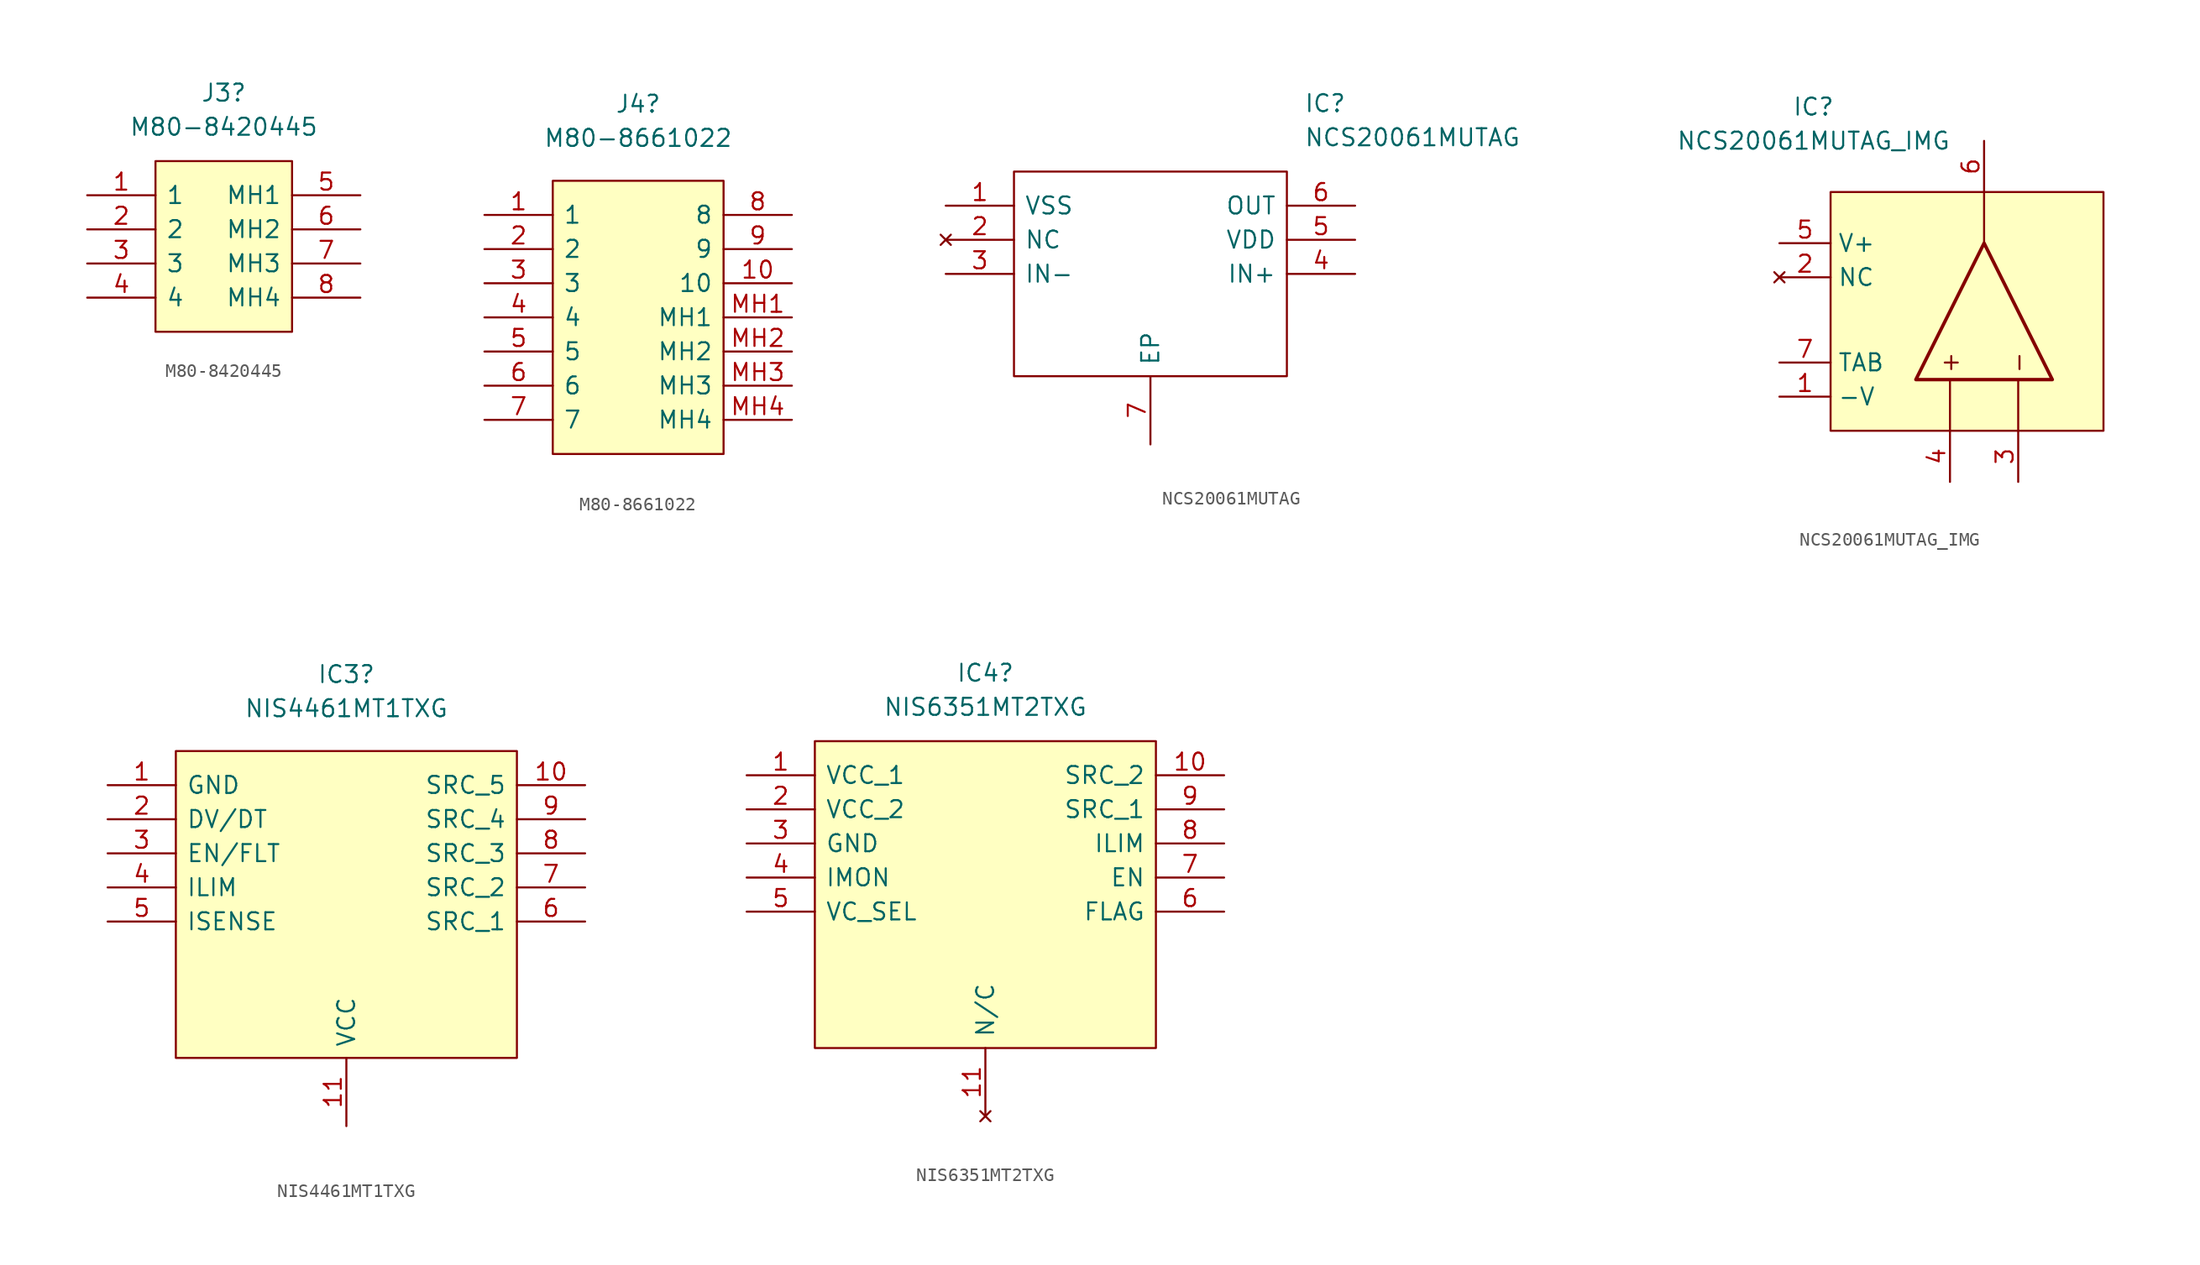
<source format=kicad_sym>
(kicad_symbol_lib
  (version 20211014)
  (generator kicad_symbol_editor)
  (symbol "M80-8420445"
    (pin_names
      (offset 0.762))
    (property "Reference" "J3"
      (at 10.16 7.62 0)
      (effects (font (size 1.27 1.27))))
    (property "Value" "M80-8420445"
      (at 10.16 5.08 0)
      (effects (font (size 1.27 1.27))))
    (symbol "M80-8420445_0_0"
      (pin passive line (at 0 0 0) (length 5.08) (name "1" (effects (font (size 1.27 1.27)))) (number "1" (effects (font (size 1.27 1.27)))))
      (pin passive line (at 0 -2.54 0) (length 5.08) (name "2" (effects (font (size 1.27 1.27)))) (number "2" (effects (font (size 1.27 1.27)))))
      (pin passive line (at 0 -5.08 0) (length 5.08) (name "3" (effects (font (size 1.27 1.27)))) (number "3" (effects (font (size 1.27 1.27)))))
      (pin passive line (at 0 -7.62 0) (length 5.08) (name "4" (effects (font (size 1.27 1.27)))) (number "4" (effects (font (size 1.27 1.27)))))
      (pin passive line (at 20.32 0 180) (length 5.08) (name "MH1" (effects (font (size 1.27 1.27)))) (number "5" (effects (font (size 1.27 1.27)))))
      (pin passive line (at 20.32 -2.54 180) (length 5.08) (name "MH2" (effects (font (size 1.27 1.27)))) (number "6" (effects (font (size 1.27 1.27)))))
      (pin passive line (at 20.32 -5.08 180) (length 5.08) (name "MH3" (effects (font (size 1.27 1.27)))) (number "7" (effects (font (size 1.27 1.27)))))
      (pin passive line (at 20.32 -7.62 180) (length 5.08) (name "MH4" (effects (font (size 1.27 1.27)))) (number "8" (effects (font (size 1.27 1.27))))))
    (symbol "M80-8420445_0_1"
      (polyline (pts (xy 5.08 2.54) (xy 15.24 2.54) (xy 15.24 -10.16) (xy 5.08 -10.16) (xy 5.08 2.54)) (stroke (width 0.152) (type default) (color 0 0 0 0)) (fill (type background)))))
  (symbol "M80-8661022"
    (pin_names
      (offset 0.762))
    (property "Reference" "J4"
      (at 11.43 8.255 0)
      (effects (font (size 1.27 1.27))))
    (property "Value" "M80-8661022"
      (at 11.43 5.715 0)
      (effects (font (size 1.27 1.27))))
    (symbol "M80-8661022_0_0"
      (pin passive line (at 0 0 0) (length 5.08) (name "1" (effects (font (size 1.27 1.27)))) (number "1" (effects (font (size 1.27 1.27)))))
      (pin passive line (at 22.86 -5.08 180) (length 5.08) (name "10" (effects (font (size 1.27 1.27)))) (number "10" (effects (font (size 1.27 1.27)))))
      (pin passive line (at 0 -2.54 0) (length 5.08) (name "2" (effects (font (size 1.27 1.27)))) (number "2" (effects (font (size 1.27 1.27)))))
      (pin passive line (at 0 -5.08 0) (length 5.08) (name "3" (effects (font (size 1.27 1.27)))) (number "3" (effects (font (size 1.27 1.27)))))
      (pin passive line (at 0 -7.62 0) (length 5.08) (name "4" (effects (font (size 1.27 1.27)))) (number "4" (effects (font (size 1.27 1.27)))))
      (pin passive line (at 0 -10.16 0) (length 5.08) (name "5" (effects (font (size 1.27 1.27)))) (number "5" (effects (font (size 1.27 1.27)))))
      (pin passive line (at 0 -12.7 0) (length 5.08) (name "6" (effects (font (size 1.27 1.27)))) (number "6" (effects (font (size 1.27 1.27)))))
      (pin passive line (at 0 -15.24 0) (length 5.08) (name "7" (effects (font (size 1.27 1.27)))) (number "7" (effects (font (size 1.27 1.27)))))
      (pin passive line (at 22.86 0 180) (length 5.08) (name "8" (effects (font (size 1.27 1.27)))) (number "8" (effects (font (size 1.27 1.27)))))
      (pin passive line (at 22.86 -2.54 180) (length 5.08) (name "9" (effects (font (size 1.27 1.27)))) (number "9" (effects (font (size 1.27 1.27)))))
      (pin passive line (at 22.86 -7.62 180) (length 5.08) (name "MH1" (effects (font (size 1.27 1.27)))) (number "MH1" (effects (font (size 1.27 1.27)))))
      (pin passive line (at 22.86 -10.16 180) (length 5.08) (name "MH2" (effects (font (size 1.27 1.27)))) (number "MH2" (effects (font (size 1.27 1.27)))))
      (pin passive line (at 22.86 -12.7 180) (length 5.08) (name "MH3" (effects (font (size 1.27 1.27)))) (number "MH3" (effects (font (size 1.27 1.27)))))
      (pin passive line (at 22.86 -15.24 180) (length 5.08) (name "MH4" (effects (font (size 1.27 1.27)))) (number "MH4" (effects (font (size 1.27 1.27))))))
    (symbol "M80-8661022_0_1"
      (polyline (pts (xy 5.08 2.54) (xy 17.78 2.54) (xy 17.78 -17.78) (xy 5.08 -17.78) (xy 5.08 2.54)) (stroke (width 0.152) (type default) (color 0 0 0 0)) (fill (type background)))))
  (symbol "NCS20061MUTAG"
    (pin_names
      (offset 0.762))
    (property "Reference" "IC"
      (at 26.67 7.62 0)
      (effects (font (size 1.27 1.27)) (justify left)))
    (property "Value" "NCS20061MUTAG"
      (at 26.67 5.08 0)
      (effects (font (size 1.27 1.27)) (justify left)))
    (symbol "NCS20061MUTAG_0_0"
      (pin passive line (at 0 0 0) (length 5.08) (name "VSS" (effects (font (size 1.27 1.27)))) (number "1" (effects (font (size 1.27 1.27)))))
      (pin no_connect line (at 0 -2.54 0) (length 5.08) (name "NC" (effects (font (size 1.27 1.27)))) (number "2" (effects (font (size 1.27 1.27)))))
      (pin passive line (at 0 -5.08 0) (length 5.08) (name "IN-" (effects (font (size 1.27 1.27)))) (number "3" (effects (font (size 1.27 1.27)))))
      (pin passive line (at 30.48 -5.08 180) (length 5.08) (name "IN+" (effects (font (size 1.27 1.27)))) (number "4" (effects (font (size 1.27 1.27)))))
      (pin passive line (at 30.48 -2.54 180) (length 5.08) (name "VDD" (effects (font (size 1.27 1.27)))) (number "5" (effects (font (size 1.27 1.27)))))
      (pin passive line (at 30.48 0 180) (length 5.08) (name "OUT" (effects (font (size 1.27 1.27)))) (number "6" (effects (font (size 1.27 1.27)))))
      (pin passive line (at 15.24 -17.78 90) (length 5.08) (name "EP" (effects (font (size 1.27 1.27)))) (number "7" (effects (font (size 1.27 1.27))))))
    (symbol "NCS20061MUTAG_0_1"
      (polyline (pts (xy 5.08 2.54) (xy 25.4 2.54) (xy 25.4 -12.7) (xy 5.08 -12.7) (xy 5.08 2.54)) (stroke (width 0.152) (type default) (color 0 0 0 0)) (fill (type none)))))
  (symbol "NCS20061MUTAG_IMG"
    (property "Reference" "IC"
      (at -11.43 -2.54 0)
      (effects (font (size 1.27 1.27))))
    (property "Value" "NCS20061MUTAG_IMG"
      (at -11.43 -5.08 0)
      (effects (font (size 1.27 1.27))))
    (symbol "NCS20061MUTAG_IMG_0_0"
      (rectangle (start -10.16 -8.89) (end 10.16 -26.67) (stroke (width 0) (type default) (color 0 0 0 0)) (fill (type background)))
      (polyline (pts (xy -1.27 -22.86) (xy -1.27 -26.67)) (stroke (width 0) (type default) (color 0 0 0 0)) (fill (type none)))
      (polyline (pts (xy 1.27 -12.7) (xy 1.27 -8.89)) (stroke (width 0) (type default) (color 0 0 0 0)) (fill (type none)))
      (polyline (pts (xy 3.81 -22.86) (xy 3.81 -26.67)) (stroke (width 0) (type default) (color 0 0 0 0)) (fill (type none)))
      (text "+" (at -1.27 -21.59 900) (effects (font (size 1.27 1.27))))
      (text "-" (at 3.81 -21.59 900) (effects (font (size 1.27 1.27)))))
    (symbol "NCS20061MUTAG_IMG_0_1"
      (polyline (pts (xy 1.27 -12.7) (xy -3.81 -22.86) (xy 6.35 -22.86) (xy 1.27 -12.7)) (stroke (width 0.254) (type default) (color 0 0 0 0)) (fill (type background))))
    (symbol "NCS20061MUTAG_IMG_1_1"
      (pin power_in line (at -13.97 -24.13 0) (length 3.81) (name "-V" (effects (font (size 1.27 1.27)))) (number "1" (effects (font (size 1.27 1.27)))))
      (pin no_connect line (at -13.97 -15.24 0) (length 3.81) (name "NC" (effects (font (size 1.27 1.27)))) (number "2" (effects (font (size 1.27 1.27)))))
      (pin input line (at 3.81 -30.48 90) (length 3.81) (name "" (effects (font (size 1.27 1.27)))) (number "3" (effects (font (size 1.27 1.27)))))
      (pin input line (at -1.27 -30.48 90) (length 3.81) (name "" (effects (font (size 1.27 1.27)))) (number "4" (effects (font (size 1.27 1.27)))))
      (pin power_in line (at -13.97 -12.7 0) (length 3.81) (name "V+" (effects (font (size 1.27 1.27)))) (number "5" (effects (font (size 1.27 1.27)))))
      (pin output line (at 1.27 -5.08 270) (length 3.81) (name "~" (effects (font (size 1.27 1.27)))) (number "6" (effects (font (size 1.27 1.27)))))
      (pin free line (at -13.97 -21.59 0) (length 3.81) (name "TAB" (effects (font (size 1.27 1.27)))) (number "7" (effects (font (size 1.27 1.27)))))))
  (symbol "NIS4461MT1TXG"
    (pin_names
      (offset 0.762))
    (property "Reference" "IC3"
      (at 17.78 8.255 0)
      (effects (font (size 1.27 1.27))))
    (property "Value" "NIS4461MT1TXG"
      (at 17.78 5.715 0)
      (effects (font (size 1.27 1.27))))
    (symbol "NIS4461MT1TXG_0_0"
      (pin passive line (at 0 0 0) (length 5.08) (name "GND" (effects (font (size 1.27 1.27)))) (number "1" (effects (font (size 1.27 1.27)))))
      (pin passive line (at 35.56 0 180) (length 5.08) (name "SRC_5" (effects (font (size 1.27 1.27)))) (number "10" (effects (font (size 1.27 1.27)))))
      (pin passive line (at 17.78 -25.4 90) (length 5.08) (name "VCC" (effects (font (size 1.27 1.27)))) (number "11" (effects (font (size 1.27 1.27)))))
      (pin passive line (at 0 -2.54 0) (length 5.08) (name "DV/DT" (effects (font (size 1.27 1.27)))) (number "2" (effects (font (size 1.27 1.27)))))
      (pin passive line (at 0 -5.08 0) (length 5.08) (name "EN/FLT" (effects (font (size 1.27 1.27)))) (number "3" (effects (font (size 1.27 1.27)))))
      (pin passive line (at 0 -7.62 0) (length 5.08) (name "ILIM" (effects (font (size 1.27 1.27)))) (number "4" (effects (font (size 1.27 1.27)))))
      (pin passive line (at 0 -10.16 0) (length 5.08) (name "ISENSE" (effects (font (size 1.27 1.27)))) (number "5" (effects (font (size 1.27 1.27)))))
      (pin passive line (at 35.56 -10.16 180) (length 5.08) (name "SRC_1" (effects (font (size 1.27 1.27)))) (number "6" (effects (font (size 1.27 1.27)))))
      (pin passive line (at 35.56 -7.62 180) (length 5.08) (name "SRC_2" (effects (font (size 1.27 1.27)))) (number "7" (effects (font (size 1.27 1.27)))))
      (pin passive line (at 35.56 -5.08 180) (length 5.08) (name "SRC_3" (effects (font (size 1.27 1.27)))) (number "8" (effects (font (size 1.27 1.27)))))
      (pin passive line (at 35.56 -2.54 180) (length 5.08) (name "SRC_4" (effects (font (size 1.27 1.27)))) (number "9" (effects (font (size 1.27 1.27))))))
    (symbol "NIS4461MT1TXG_0_1"
      (polyline (pts (xy 5.08 2.54) (xy 30.48 2.54) (xy 30.48 -20.32) (xy 5.08 -20.32) (xy 5.08 2.54)) (stroke (width 0.152) (type default) (color 0 0 0 0)) (fill (type background)))))
  (symbol "NIS6351MT2TXG"
    (pin_names
      (offset 0.762))
    (property "Reference" "IC4"
      (at 17.78 7.62 0)
      (effects (font (size 1.27 1.27))))
    (property "Value" "NIS6351MT2TXG"
      (at 17.78 5.08 0)
      (effects (font (size 1.27 1.27))))
    (symbol "NIS6351MT2TXG_0_0"
      (pin passive line (at 0 0 0) (length 5.08) (name "VCC_1" (effects (font (size 1.27 1.27)))) (number "1" (effects (font (size 1.27 1.27)))))
      (pin passive line (at 35.56 0 180) (length 5.08) (name "SRC_2" (effects (font (size 1.27 1.27)))) (number "10" (effects (font (size 1.27 1.27)))))
      (pin no_connect line (at 17.78 -25.4 90) (length 5.08) (name "N/C" (effects (font (size 1.27 1.27)))) (number "11" (effects (font (size 1.27 1.27)))))
      (pin passive line (at 0 -2.54 0) (length 5.08) (name "VCC_2" (effects (font (size 1.27 1.27)))) (number "2" (effects (font (size 1.27 1.27)))))
      (pin passive line (at 0 -5.08 0) (length 5.08) (name "GND" (effects (font (size 1.27 1.27)))) (number "3" (effects (font (size 1.27 1.27)))))
      (pin passive line (at 0 -7.62 0) (length 5.08) (name "IMON" (effects (font (size 1.27 1.27)))) (number "4" (effects (font (size 1.27 1.27)))))
      (pin passive line (at 0 -10.16 0) (length 5.08) (name "VC_SEL" (effects (font (size 1.27 1.27)))) (number "5" (effects (font (size 1.27 1.27)))))
      (pin passive line (at 35.56 -10.16 180) (length 5.08) (name "FLAG" (effects (font (size 1.27 1.27)))) (number "6" (effects (font (size 1.27 1.27)))))
      (pin passive line (at 35.56 -7.62 180) (length 5.08) (name "EN" (effects (font (size 1.27 1.27)))) (number "7" (effects (font (size 1.27 1.27)))))
      (pin passive line (at 35.56 -5.08 180) (length 5.08) (name "ILIM" (effects (font (size 1.27 1.27)))) (number "8" (effects (font (size 1.27 1.27)))))
      (pin passive line (at 35.56 -2.54 180) (length 5.08) (name "SRC_1" (effects (font (size 1.27 1.27)))) (number "9" (effects (font (size 1.27 1.27))))))
    (symbol "NIS6351MT2TXG_0_1"
      (polyline (pts (xy 5.08 2.54) (xy 30.48 2.54) (xy 30.48 -20.32) (xy 5.08 -20.32) (xy 5.08 2.54)) (stroke (width 0.152) (type default) (color 0 0 0 0)) (fill (type background))))))
</source>
